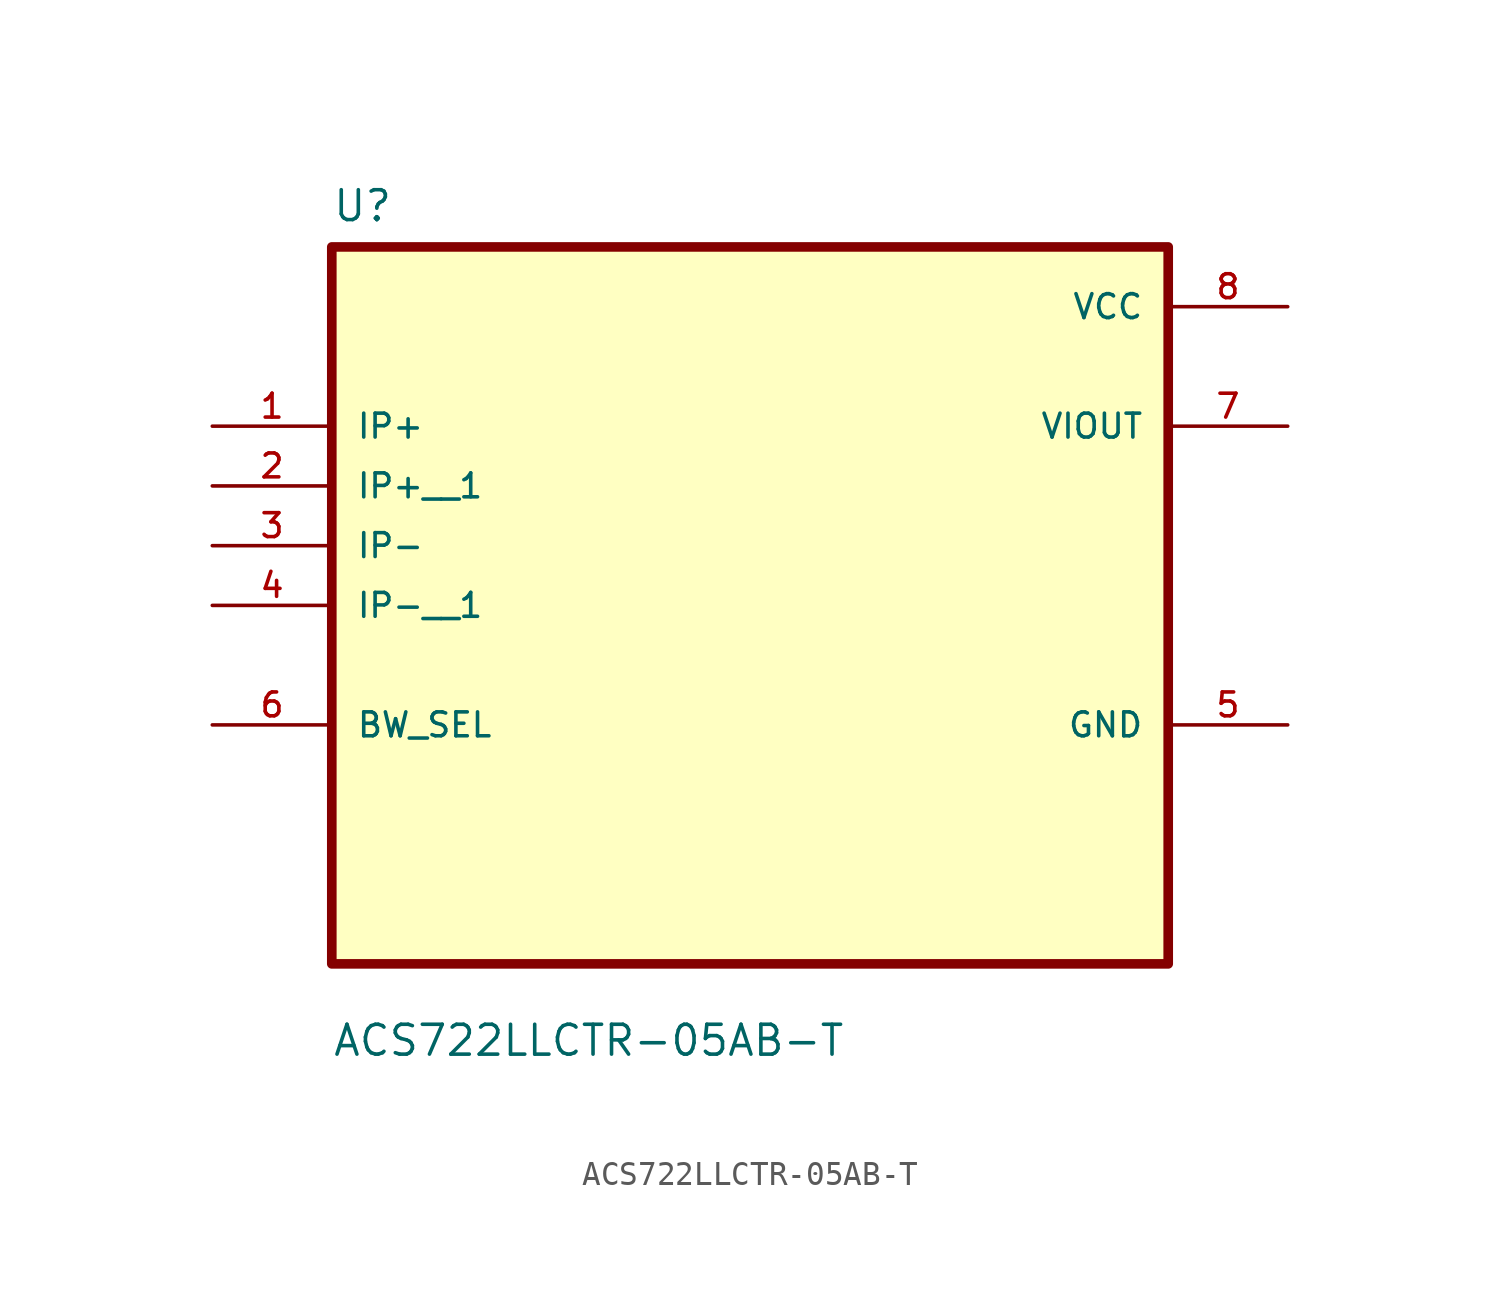
<source format=kicad_sym>
(kicad_symbol_lib
  (version 20211014)
  (generator kicad_symbol_editor)
  (symbol "ACS722LLCTR-05AB-T"
    (pin_names
      (offset 1.016))
    (property "Reference" "U"
      (at -17.78 13.7 0.0)
      (effects (font (size 1.27 1.27)) (justify bottom left)))
    (property "Value" "ACS722LLCTR-05AB-T"
      (at -17.78 -21.78 0.0)
      (effects (font (size 1.27 1.27)) (justify bottom left)))
    (symbol "ACS722LLCTR-05AB-T_0_0"
      (rectangle (start -17.78 -17.78) (end 17.78 12.7) (stroke (width 0.41)) (fill (type background)))
      (pin input line (at -22.86 5.08 0) (length 5.08) (name "IP+" (effects (font (size 1.016 1.016)))) (number "1" (effects (font (size 1.016 1.016)))))
      (pin input line (at -22.86 0.0 0) (length 5.08) (name "IP-" (effects (font (size 1.016 1.016)))) (number "3" (effects (font (size 1.016 1.016)))))
      (pin bidirectional line (at -22.86 -7.62 0) (length 5.08) (name "BW_SEL" (effects (font (size 1.016 1.016)))) (number "6" (effects (font (size 1.016 1.016)))))
      (pin power_in line (at 22.86 10.16 180.0) (length 5.08) (name "VCC" (effects (font (size 1.016 1.016)))) (number "8" (effects (font (size 1.016 1.016)))))
      (pin output line (at 22.86 5.08 180.0) (length 5.08) (name "VIOUT" (effects (font (size 1.016 1.016)))) (number "7" (effects (font (size 1.016 1.016)))))
      (pin power_in line (at 22.86 -7.62 180.0) (length 5.08) (name "GND" (effects (font (size 1.016 1.016)))) (number "5" (effects (font (size 1.016 1.016)))))
      (pin input line (at -22.86 2.54 0) (length 5.08) (name "IP+__1" (effects (font (size 1.016 1.016)))) (number "2" (effects (font (size 1.016 1.016)))))
      (pin input line (at -22.86 -2.54 0) (length 5.08) (name "IP-__1" (effects (font (size 1.016 1.016)))) (number "4" (effects (font (size 1.016 1.016))))))))
</source>
